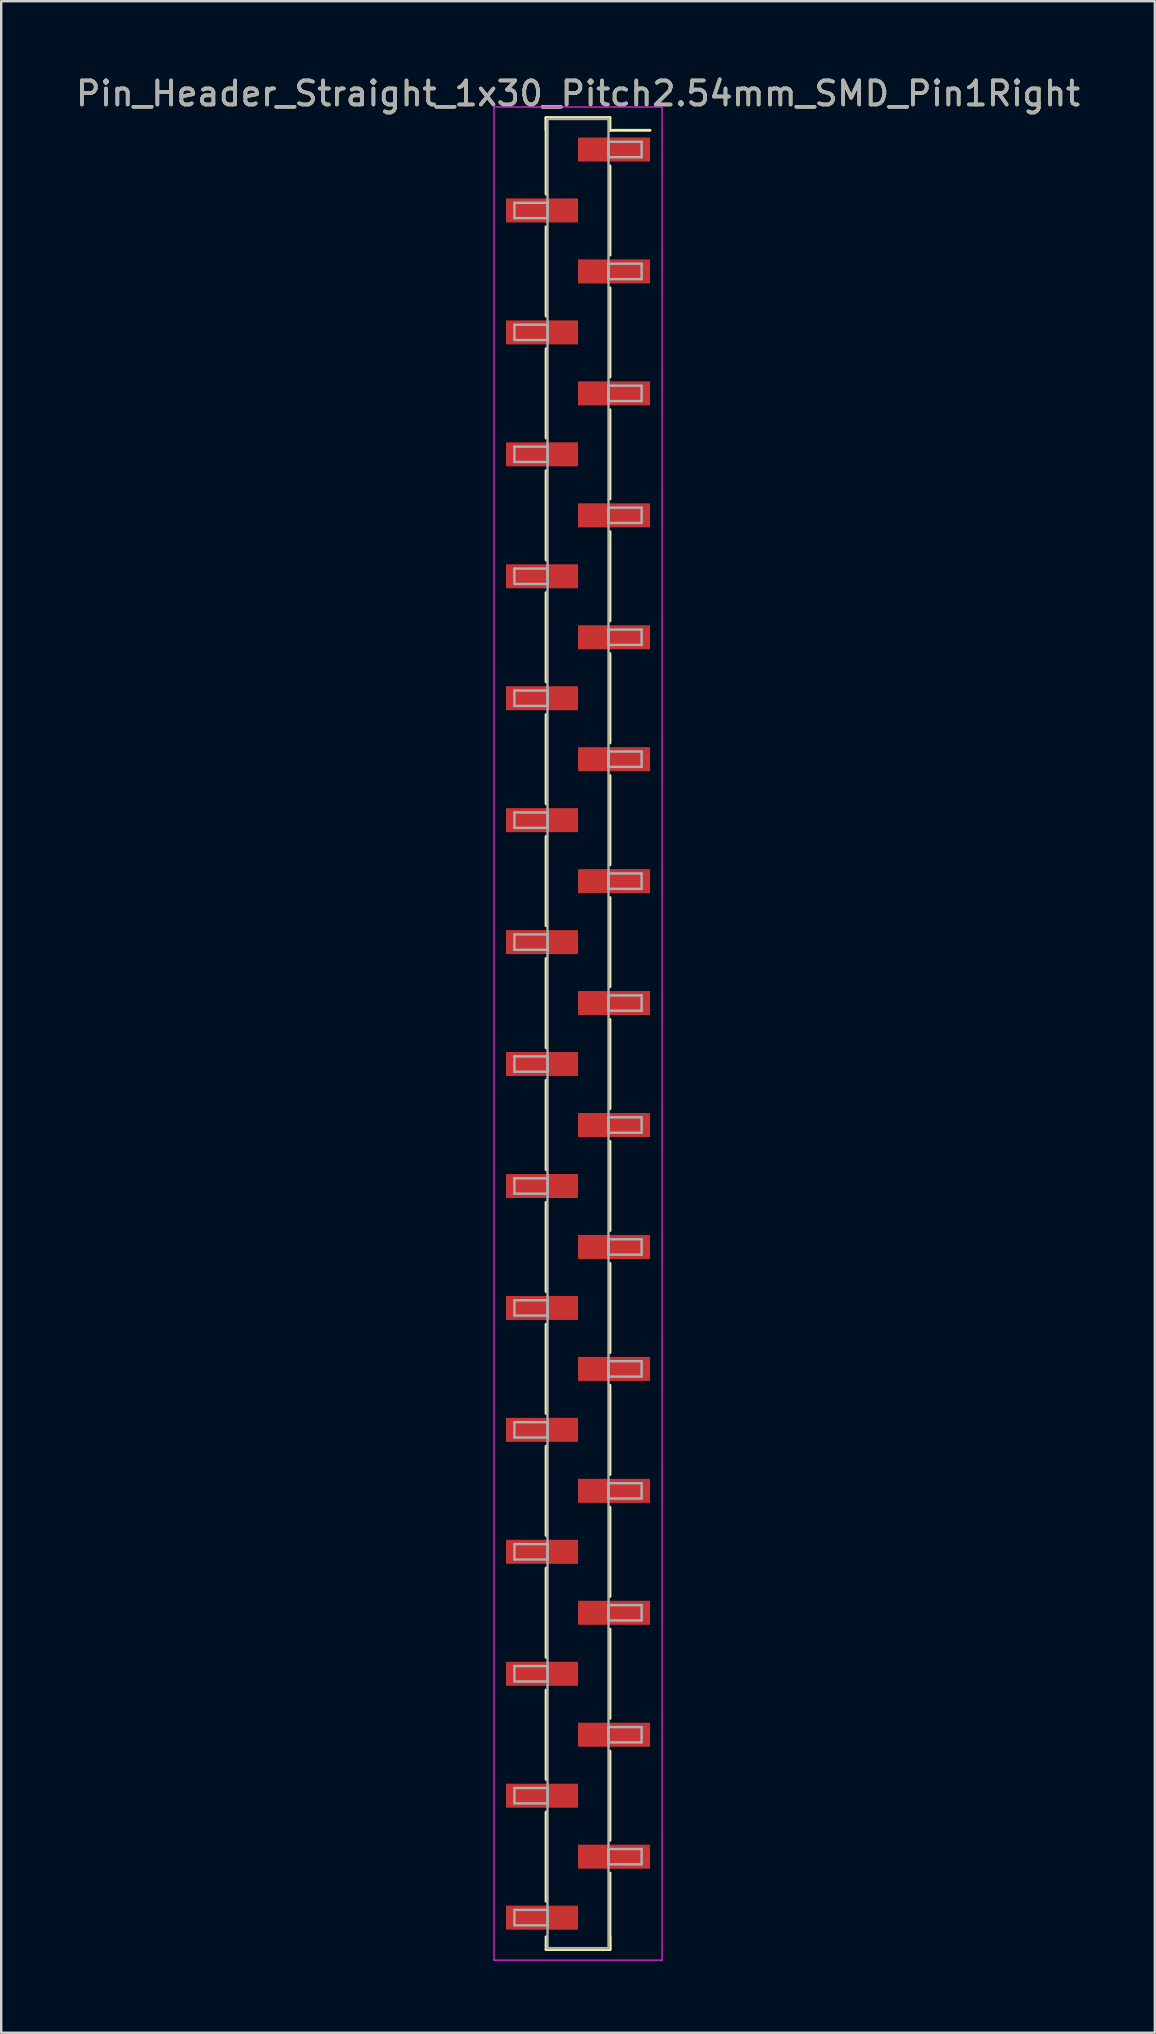
<source format=kicad_pcb>
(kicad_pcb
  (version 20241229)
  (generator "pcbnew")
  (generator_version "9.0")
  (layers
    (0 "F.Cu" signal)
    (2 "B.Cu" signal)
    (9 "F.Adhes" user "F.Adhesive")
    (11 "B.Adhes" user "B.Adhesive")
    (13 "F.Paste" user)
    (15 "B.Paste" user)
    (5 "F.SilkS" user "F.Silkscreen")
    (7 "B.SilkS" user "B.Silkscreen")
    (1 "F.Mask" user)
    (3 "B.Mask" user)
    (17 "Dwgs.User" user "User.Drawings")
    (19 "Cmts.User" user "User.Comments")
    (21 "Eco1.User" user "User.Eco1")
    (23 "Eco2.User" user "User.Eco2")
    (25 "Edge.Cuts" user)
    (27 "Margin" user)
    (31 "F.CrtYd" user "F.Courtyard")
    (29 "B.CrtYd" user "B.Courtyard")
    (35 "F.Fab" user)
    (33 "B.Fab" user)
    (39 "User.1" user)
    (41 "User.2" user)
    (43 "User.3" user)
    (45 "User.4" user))
  (footprint "Pin_Header_Straight_1x30_Pitch2.54mm_SMD_Pin1Right"
    (layer "F.Cu")
    (at 21.03 40.008)
    (property "Reference" "Pin_Header_Straight_1x30_Pitch2.54mm_SMD_Pin1Right" (at 0 -39.16 0) (layer "F.SilkS") (effects (font (size 1 1) (thickness 0.15))))
    (attr smd)
    (fp_line (start -1.33 -38.16) (end -1.33 -34.97) (stroke (width 0.12) (type solid)) (layer "F.SilkS"))
    (fp_line (start -1.33 -38.16) (end 1.33 -38.16) (stroke (width 0.12) (type solid)) (layer "F.SilkS"))
    (fp_line (start -1.33 -37.63) (end -1.33 -38.16) (stroke (width 0.12) (type solid)) (layer "F.SilkS"))
    (fp_line (start -1.33 -33.61) (end -1.33 -29.89) (stroke (width 0.12) (type solid)) (layer "F.SilkS"))
    (fp_line (start -1.33 -28.53) (end -1.33 -24.81) (stroke (width 0.12) (type solid)) (layer "F.SilkS"))
    (fp_line (start -1.33 -23.45) (end -1.33 -19.73) (stroke (width 0.12) (type solid)) (layer "F.SilkS"))
    (fp_line (start -1.33 -18.37) (end -1.33 -14.65) (stroke (width 0.12) (type solid)) (layer "F.SilkS"))
    (fp_line (start -1.33 -13.29) (end -1.33 -9.57) (stroke (width 0.12) (type solid)) (layer "F.SilkS"))
    (fp_line (start -1.33 -8.21) (end -1.33 -4.49) (stroke (width 0.12) (type solid)) (layer "F.SilkS"))
    (fp_line (start -1.33 -3.13) (end -1.33 0.59) (stroke (width 0.12) (type solid)) (layer "F.SilkS"))
    (fp_line (start -1.33 1.95) (end -1.33 5.67) (stroke (width 0.12) (type solid)) (layer "F.SilkS"))
    (fp_line (start -1.33 7.03) (end -1.33 10.75) (stroke (width 0.12) (type solid)) (layer "F.SilkS"))
    (fp_line (start -1.33 12.11) (end -1.33 15.83) (stroke (width 0.12) (type solid)) (layer "F.SilkS"))
    (fp_line (start -1.33 17.19) (end -1.33 20.91) (stroke (width 0.12) (type solid)) (layer "F.SilkS"))
    (fp_line (start -1.33 22.27) (end -1.33 25.99) (stroke (width 0.12) (type solid)) (layer "F.SilkS"))
    (fp_line (start -1.33 27.35) (end -1.33 31.07) (stroke (width 0.12) (type solid)) (layer "F.SilkS"))
    (fp_line (start -1.33 32.43) (end -1.33 36.15) (stroke (width 0.12) (type solid)) (layer "F.SilkS"))
    (fp_line (start -1.33 37.63) (end -1.33 38.16) (stroke (width 0.12) (type solid)) (layer "F.SilkS"))
    (fp_line (start -1.33 38.16) (end 1.33 38.16) (stroke (width 0.12) (type solid)) (layer "F.SilkS"))
    (fp_line (start 1.33 -38.16) (end 1.33 -37.63) (stroke (width 0.12) (type solid)) (layer "F.SilkS"))
    (fp_line (start 1.33 -37.63) (end 3 -37.63) (stroke (width 0.12) (type solid)) (layer "F.SilkS"))
    (fp_line (start 1.33 -36.15) (end 1.33 -32.43) (stroke (width 0.12) (type solid)) (layer "F.SilkS"))
    (fp_line (start 1.33 -31.07) (end 1.33 -27.35) (stroke (width 0.12) (type solid)) (layer "F.SilkS"))
    (fp_line (start 1.33 -25.99) (end 1.33 -22.27) (stroke (width 0.12) (type solid)) (layer "F.SilkS"))
    (fp_line (start 1.33 -20.91) (end 1.33 -17.19) (stroke (width 0.12) (type solid)) (layer "F.SilkS"))
    (fp_line (start 1.33 -15.83) (end 1.33 -12.11) (stroke (width 0.12) (type solid)) (layer "F.SilkS"))
    (fp_line (start 1.33 -10.75) (end 1.33 -7.03) (stroke (width 0.12) (type solid)) (layer "F.SilkS"))
    (fp_line (start 1.33 -5.67) (end 1.33 -1.95) (stroke (width 0.12) (type solid)) (layer "F.SilkS"))
    (fp_line (start 1.33 -0.59) (end 1.33 3.13) (stroke (width 0.12) (type solid)) (layer "F.SilkS"))
    (fp_line (start 1.33 4.49) (end 1.33 8.21) (stroke (width 0.12) (type solid)) (layer "F.SilkS"))
    (fp_line (start 1.33 9.57) (end 1.33 13.29) (stroke (width 0.12) (type solid)) (layer "F.SilkS"))
    (fp_line (start 1.33 14.65) (end 1.33 18.37) (stroke (width 0.12) (type solid)) (layer "F.SilkS"))
    (fp_line (start 1.33 19.73) (end 1.33 23.45) (stroke (width 0.12) (type solid)) (layer "F.SilkS"))
    (fp_line (start 1.33 24.81) (end 1.33 28.53) (stroke (width 0.12) (type solid)) (layer "F.SilkS"))
    (fp_line (start 1.33 29.89) (end 1.33 33.61) (stroke (width 0.12) (type solid)) (layer "F.SilkS"))
    (fp_line (start 1.33 34.97) (end 1.33 38.16) (stroke (width 0.12) (type solid)) (layer "F.SilkS"))
    (fp_line (start 1.33 38.16) (end 1.33 37.63) (stroke (width 0.12) (type solid)) (layer "F.SilkS"))
    (fp_line (start -3.5 -38.6) (end -3.5 38.6) (stroke (width 0.05) (type solid)) (layer "F.CrtYd"))
    (fp_line (start -3.5 38.6) (end 3.5 38.6) (stroke (width 0.05) (type solid)) (layer "F.CrtYd"))
    (fp_line (start 3.5 -38.6) (end -3.5 -38.6) (stroke (width 0.05) (type solid)) (layer "F.CrtYd"))
    (fp_line (start 3.5 38.6) (end 3.5 -38.6) (stroke (width 0.05) (type solid)) (layer "F.CrtYd"))
    (fp_line (start -2.65 -34.61) (end -1.27 -34.61) (stroke (width 0.1) (type solid)) (layer "F.Fab"))
    (fp_line (start -2.65 -33.97) (end -2.65 -34.61) (stroke (width 0.1) (type solid)) (layer "F.Fab"))
    (fp_line (start -2.65 -29.53) (end -1.27 -29.53) (stroke (width 0.1) (type solid)) (layer "F.Fab"))
    (fp_line (start -2.65 -28.89) (end -2.65 -29.53) (stroke (width 0.1) (type solid)) (layer "F.Fab"))
    (fp_line (start -2.65 -24.45) (end -1.27 -24.45) (stroke (width 0.1) (type solid)) (layer "F.Fab"))
    (fp_line (start -2.65 -23.81) (end -2.65 -24.45) (stroke (width 0.1) (type solid)) (layer "F.Fab"))
    (fp_line (start -2.65 -19.37) (end -1.27 -19.37) (stroke (width 0.1) (type solid)) (layer "F.Fab"))
    (fp_line (start -2.65 -18.73) (end -2.65 -19.37) (stroke (width 0.1) (type solid)) (layer "F.Fab"))
    (fp_line (start -2.65 -14.29) (end -1.27 -14.29) (stroke (width 0.1) (type solid)) (layer "F.Fab"))
    (fp_line (start -2.65 -13.65) (end -2.65 -14.29) (stroke (width 0.1) (type solid)) (layer "F.Fab"))
    (fp_line (start -2.65 -9.21) (end -1.27 -9.21) (stroke (width 0.1) (type solid)) (layer "F.Fab"))
    (fp_line (start -2.65 -8.57) (end -2.65 -9.21) (stroke (width 0.1) (type solid)) (layer "F.Fab"))
    (fp_line (start -2.65 -4.13) (end -1.27 -4.13) (stroke (width 0.1) (type solid)) (layer "F.Fab"))
    (fp_line (start -2.65 -3.49) (end -2.65 -4.13) (stroke (width 0.1) (type solid)) (layer "F.Fab"))
    (fp_line (start -2.65 0.95) (end -1.27 0.95) (stroke (width 0.1) (type solid)) (layer "F.Fab"))
    (fp_line (start -2.65 1.59) (end -2.65 0.95) (stroke (width 0.1) (type solid)) (layer "F.Fab"))
    (fp_line (start -2.65 6.03) (end -1.27 6.03) (stroke (width 0.1) (type solid)) (layer "F.Fab"))
    (fp_line (start -2.65 6.67) (end -2.65 6.03) (stroke (width 0.1) (type solid)) (layer "F.Fab"))
    (fp_line (start -2.65 11.11) (end -1.27 11.11) (stroke (width 0.1) (type solid)) (layer "F.Fab"))
    (fp_line (start -2.65 11.75) (end -2.65 11.11) (stroke (width 0.1) (type solid)) (layer "F.Fab"))
    (fp_line (start -2.65 16.19) (end -1.27 16.19) (stroke (width 0.1) (type solid)) (layer "F.Fab"))
    (fp_line (start -2.65 16.83) (end -2.65 16.19) (stroke (width 0.1) (type solid)) (layer "F.Fab"))
    (fp_line (start -2.65 21.27) (end -1.27 21.27) (stroke (width 0.1) (type solid)) (layer "F.Fab"))
    (fp_line (start -2.65 21.91) (end -2.65 21.27) (stroke (width 0.1) (type solid)) (layer "F.Fab"))
    (fp_line (start -2.65 26.35) (end -1.27 26.35) (stroke (width 0.1) (type solid)) (layer "F.Fab"))
    (fp_line (start -2.65 26.99) (end -2.65 26.35) (stroke (width 0.1) (type solid)) (layer "F.Fab"))
    (fp_line (start -2.65 31.43) (end -1.27 31.43) (stroke (width 0.1) (type solid)) (layer "F.Fab"))
    (fp_line (start -2.65 32.07) (end -2.65 31.43) (stroke (width 0.1) (type solid)) (layer "F.Fab"))
    (fp_line (start -2.65 36.51) (end -1.27 36.51) (stroke (width 0.1) (type solid)) (layer "F.Fab"))
    (fp_line (start -2.65 37.15) (end -2.65 36.51) (stroke (width 0.1) (type solid)) (layer "F.Fab"))
    (fp_line (start -1.27 -38.1) (end -1.27 38.1) (stroke (width 0.1) (type solid)) (layer "F.Fab"))
    (fp_line (start -1.27 -34.61) (end -1.27 -33.97) (stroke (width 0.1) (type solid)) (layer "F.Fab"))
    (fp_line (start -1.27 -33.97) (end -2.65 -33.97) (stroke (width 0.1) (type solid)) (layer "F.Fab"))
    (fp_line (start -1.27 -29.53) (end -1.27 -28.89) (stroke (width 0.1) (type solid)) (layer "F.Fab"))
    (fp_line (start -1.27 -28.89) (end -2.65 -28.89) (stroke (width 0.1) (type solid)) (layer "F.Fab"))
    (fp_line (start -1.27 -24.45) (end -1.27 -23.81) (stroke (width 0.1) (type solid)) (layer "F.Fab"))
    (fp_line (start -1.27 -23.81) (end -2.65 -23.81) (stroke (width 0.1) (type solid)) (layer "F.Fab"))
    (fp_line (start -1.27 -19.37) (end -1.27 -18.73) (stroke (width 0.1) (type solid)) (layer "F.Fab"))
    (fp_line (start -1.27 -18.73) (end -2.65 -18.73) (stroke (width 0.1) (type solid)) (layer "F.Fab"))
    (fp_line (start -1.27 -14.29) (end -1.27 -13.65) (stroke (width 0.1) (type solid)) (layer "F.Fab"))
    (fp_line (start -1.27 -13.65) (end -2.65 -13.65) (stroke (width 0.1) (type solid)) (layer "F.Fab"))
    (fp_line (start -1.27 -9.21) (end -1.27 -8.57) (stroke (width 0.1) (type solid)) (layer "F.Fab"))
    (fp_line (start -1.27 -8.57) (end -2.65 -8.57) (stroke (width 0.1) (type solid)) (layer "F.Fab"))
    (fp_line (start -1.27 -4.13) (end -1.27 -3.49) (stroke (width 0.1) (type solid)) (layer "F.Fab"))
    (fp_line (start -1.27 -3.49) (end -2.65 -3.49) (stroke (width 0.1) (type solid)) (layer "F.Fab"))
    (fp_line (start -1.27 0.95) (end -1.27 1.59) (stroke (width 0.1) (type solid)) (layer "F.Fab"))
    (fp_line (start -1.27 1.59) (end -2.65 1.59) (stroke (width 0.1) (type solid)) (layer "F.Fab"))
    (fp_line (start -1.27 6.03) (end -1.27 6.67) (stroke (width 0.1) (type solid)) (layer "F.Fab"))
    (fp_line (start -1.27 6.67) (end -2.65 6.67) (stroke (width 0.1) (type solid)) (layer "F.Fab"))
    (fp_line (start -1.27 11.11) (end -1.27 11.75) (stroke (width 0.1) (type solid)) (layer "F.Fab"))
    (fp_line (start -1.27 11.75) (end -2.65 11.75) (stroke (width 0.1) (type solid)) (layer "F.Fab"))
    (fp_line (start -1.27 16.19) (end -1.27 16.83) (stroke (width 0.1) (type solid)) (layer "F.Fab"))
    (fp_line (start -1.27 16.83) (end -2.65 16.83) (stroke (width 0.1) (type solid)) (layer "F.Fab"))
    (fp_line (start -1.27 21.27) (end -1.27 21.91) (stroke (width 0.1) (type solid)) (layer "F.Fab"))
    (fp_line (start -1.27 21.91) (end -2.65 21.91) (stroke (width 0.1) (type solid)) (layer "F.Fab"))
    (fp_line (start -1.27 26.35) (end -1.27 26.99) (stroke (width 0.1) (type solid)) (layer "F.Fab"))
    (fp_line (start -1.27 26.99) (end -2.65 26.99) (stroke (width 0.1) (type solid)) (layer "F.Fab"))
    (fp_line (start -1.27 31.43) (end -1.27 32.07) (stroke (width 0.1) (type solid)) (layer "F.Fab"))
    (fp_line (start -1.27 32.07) (end -2.65 32.07) (stroke (width 0.1) (type solid)) (layer "F.Fab"))
    (fp_line (start -1.27 36.51) (end -1.27 37.15) (stroke (width 0.1) (type solid)) (layer "F.Fab"))
    (fp_line (start -1.27 37.15) (end -2.65 37.15) (stroke (width 0.1) (type solid)) (layer "F.Fab"))
    (fp_line (start -1.27 38.1) (end 1.27 38.1) (stroke (width 0.1) (type solid)) (layer "F.Fab"))
    (fp_line (start 1.27 -38.1) (end -1.27 -38.1) (stroke (width 0.1) (type solid)) (layer "F.Fab"))
    (fp_line (start 1.27 -37.15) (end 1.27 -36.51) (stroke (width 0.1) (type solid)) (layer "F.Fab"))
    (fp_line (start 1.27 -36.51) (end 2.65 -36.51) (stroke (width 0.1) (type solid)) (layer "F.Fab"))
    (fp_line (start 1.27 -32.07) (end 1.27 -31.43) (stroke (width 0.1) (type solid)) (layer "F.Fab"))
    (fp_line (start 1.27 -31.43) (end 2.65 -31.43) (stroke (width 0.1) (type solid)) (layer "F.Fab"))
    (fp_line (start 1.27 -26.99) (end 1.27 -26.35) (stroke (width 0.1) (type solid)) (layer "F.Fab"))
    (fp_line (start 1.27 -26.35) (end 2.65 -26.35) (stroke (width 0.1) (type solid)) (layer "F.Fab"))
    (fp_line (start 1.27 -21.91) (end 1.27 -21.27) (stroke (width 0.1) (type solid)) (layer "F.Fab"))
    (fp_line (start 1.27 -21.27) (end 2.65 -21.27) (stroke (width 0.1) (type solid)) (layer "F.Fab"))
    (fp_line (start 1.27 -16.83) (end 1.27 -16.19) (stroke (width 0.1) (type solid)) (layer "F.Fab"))
    (fp_line (start 1.27 -16.19) (end 2.65 -16.19) (stroke (width 0.1) (type solid)) (layer "F.Fab"))
    (fp_line (start 1.27 -11.75) (end 1.27 -11.11) (stroke (width 0.1) (type solid)) (layer "F.Fab"))
    (fp_line (start 1.27 -11.11) (end 2.65 -11.11) (stroke (width 0.1) (type solid)) (layer "F.Fab"))
    (fp_line (start 1.27 -6.67) (end 1.27 -6.03) (stroke (width 0.1) (type solid)) (layer "F.Fab"))
    (fp_line (start 1.27 -6.03) (end 2.65 -6.03) (stroke (width 0.1) (type solid)) (layer "F.Fab"))
    (fp_line (start 1.27 -1.59) (end 1.27 -0.95) (stroke (width 0.1) (type solid)) (layer "F.Fab"))
    (fp_line (start 1.27 -0.95) (end 2.65 -0.95) (stroke (width 0.1) (type solid)) (layer "F.Fab"))
    (fp_line (start 1.27 3.49) (end 1.27 4.13) (stroke (width 0.1) (type solid)) (layer "F.Fab"))
    (fp_line (start 1.27 4.13) (end 2.65 4.13) (stroke (width 0.1) (type solid)) (layer "F.Fab"))
    (fp_line (start 1.27 8.57) (end 1.27 9.21) (stroke (width 0.1) (type solid)) (layer "F.Fab"))
    (fp_line (start 1.27 9.21) (end 2.65 9.21) (stroke (width 0.1) (type solid)) (layer "F.Fab"))
    (fp_line (start 1.27 13.65) (end 1.27 14.29) (stroke (width 0.1) (type solid)) (layer "F.Fab"))
    (fp_line (start 1.27 14.29) (end 2.65 14.29) (stroke (width 0.1) (type solid)) (layer "F.Fab"))
    (fp_line (start 1.27 18.73) (end 1.27 19.37) (stroke (width 0.1) (type solid)) (layer "F.Fab"))
    (fp_line (start 1.27 19.37) (end 2.65 19.37) (stroke (width 0.1) (type solid)) (layer "F.Fab"))
    (fp_line (start 1.27 23.81) (end 1.27 24.45) (stroke (width 0.1) (type solid)) (layer "F.Fab"))
    (fp_line (start 1.27 24.45) (end 2.65 24.45) (stroke (width 0.1) (type solid)) (layer "F.Fab"))
    (fp_line (start 1.27 28.89) (end 1.27 29.53) (stroke (width 0.1) (type solid)) (layer "F.Fab"))
    (fp_line (start 1.27 29.53) (end 2.65 29.53) (stroke (width 0.1) (type solid)) (layer "F.Fab"))
    (fp_line (start 1.27 33.97) (end 1.27 34.61) (stroke (width 0.1) (type solid)) (layer "F.Fab"))
    (fp_line (start 1.27 34.61) (end 2.65 34.61) (stroke (width 0.1) (type solid)) (layer "F.Fab"))
    (fp_line (start 1.27 38.1) (end 1.27 -38.1) (stroke (width 0.1) (type solid)) (layer "F.Fab"))
    (fp_line (start 2.65 -37.15) (end 1.27 -37.15) (stroke (width 0.1) (type solid)) (layer "F.Fab"))
    (fp_line (start 2.65 -36.51) (end 2.65 -37.15) (stroke (width 0.1) (type solid)) (layer "F.Fab"))
    (fp_line (start 2.65 -32.07) (end 1.27 -32.07) (stroke (width 0.1) (type solid)) (layer "F.Fab"))
    (fp_line (start 2.65 -31.43) (end 2.65 -32.07) (stroke (width 0.1) (type solid)) (layer "F.Fab"))
    (fp_line (start 2.65 -26.99) (end 1.27 -26.99) (stroke (width 0.1) (type solid)) (layer "F.Fab"))
    (fp_line (start 2.65 -26.35) (end 2.65 -26.99) (stroke (width 0.1) (type solid)) (layer "F.Fab"))
    (fp_line (start 2.65 -21.91) (end 1.27 -21.91) (stroke (width 0.1) (type solid)) (layer "F.Fab"))
    (fp_line (start 2.65 -21.27) (end 2.65 -21.91) (stroke (width 0.1) (type solid)) (layer "F.Fab"))
    (fp_line (start 2.65 -16.83) (end 1.27 -16.83) (stroke (width 0.1) (type solid)) (layer "F.Fab"))
    (fp_line (start 2.65 -16.19) (end 2.65 -16.83) (stroke (width 0.1) (type solid)) (layer "F.Fab"))
    (fp_line (start 2.65 -11.75) (end 1.27 -11.75) (stroke (width 0.1) (type solid)) (layer "F.Fab"))
    (fp_line (start 2.65 -11.11) (end 2.65 -11.75) (stroke (width 0.1) (type solid)) (layer "F.Fab"))
    (fp_line (start 2.65 -6.67) (end 1.27 -6.67) (stroke (width 0.1) (type solid)) (layer "F.Fab"))
    (fp_line (start 2.65 -6.03) (end 2.65 -6.67) (stroke (width 0.1) (type solid)) (layer "F.Fab"))
    (fp_line (start 2.65 -1.59) (end 1.27 -1.59) (stroke (width 0.1) (type solid)) (layer "F.Fab"))
    (fp_line (start 2.65 -0.95) (end 2.65 -1.59) (stroke (width 0.1) (type solid)) (layer "F.Fab"))
    (fp_line (start 2.65 3.49) (end 1.27 3.49) (stroke (width 0.1) (type solid)) (layer "F.Fab"))
    (fp_line (start 2.65 4.13) (end 2.65 3.49) (stroke (width 0.1) (type solid)) (layer "F.Fab"))
    (fp_line (start 2.65 8.57) (end 1.27 8.57) (stroke (width 0.1) (type solid)) (layer "F.Fab"))
    (fp_line (start 2.65 9.21) (end 2.65 8.57) (stroke (width 0.1) (type solid)) (layer "F.Fab"))
    (fp_line (start 2.65 13.65) (end 1.27 13.65) (stroke (width 0.1) (type solid)) (layer "F.Fab"))
    (fp_line (start 2.65 14.29) (end 2.65 13.65) (stroke (width 0.1) (type solid)) (layer "F.Fab"))
    (fp_line (start 2.65 18.73) (end 1.27 18.73) (stroke (width 0.1) (type solid)) (layer "F.Fab"))
    (fp_line (start 2.65 19.37) (end 2.65 18.73) (stroke (width 0.1) (type solid)) (layer "F.Fab"))
    (fp_line (start 2.65 23.81) (end 1.27 23.81) (stroke (width 0.1) (type solid)) (layer "F.Fab"))
    (fp_line (start 2.65 24.45) (end 2.65 23.81) (stroke (width 0.1) (type solid)) (layer "F.Fab"))
    (fp_line (start 2.65 28.89) (end 1.27 28.89) (stroke (width 0.1) (type solid)) (layer "F.Fab"))
    (fp_line (start 2.65 29.53) (end 2.65 28.89) (stroke (width 0.1) (type solid)) (layer "F.Fab"))
    (fp_line (start 2.65 33.97) (end 1.27 33.97) (stroke (width 0.1) (type solid)) (layer "F.Fab"))
    (fp_line (start 2.65 34.61) (end 2.65 33.97) (stroke (width 0.1) (type solid)) (layer "F.Fab"))
    (fp_text user "${REFERENCE}" (at 0 -39.16 0) (layer "F.Fab") (effects (font (size 1 1) (thickness 0.15))))
    (pad "1" smd rect (at 1.5 -36.83) (size 3 1) (layers "F.Cu" "F.Mask" "F.Paste"))
    (pad "2" smd rect (at -1.5 -34.29) (size 3 1) (layers "F.Cu" "F.Mask" "F.Paste"))
    (pad "3" smd rect (at 1.5 -31.75) (size 3 1) (layers "F.Cu" "F.Mask" "F.Paste"))
    (pad "4" smd rect (at -1.5 -29.21) (size 3 1) (layers "F.Cu" "F.Mask" "F.Paste"))
    (pad "5" smd rect (at 1.5 -26.67) (size 3 1) (layers "F.Cu" "F.Mask" "F.Paste"))
    (pad "6" smd rect (at -1.5 -24.13) (size 3 1) (layers "F.Cu" "F.Mask" "F.Paste"))
    (pad "7" smd rect (at 1.5 -21.59) (size 3 1) (layers "F.Cu" "F.Mask" "F.Paste"))
    (pad "8" smd rect (at -1.5 -19.05) (size 3 1) (layers "F.Cu" "F.Mask" "F.Paste"))
    (pad "9" smd rect (at 1.5 -16.51) (size 3 1) (layers "F.Cu" "F.Mask" "F.Paste"))
    (pad "10" smd rect (at -1.5 -13.97) (size 3 1) (layers "F.Cu" "F.Mask" "F.Paste"))
    (pad "11" smd rect (at 1.5 -11.43) (size 3 1) (layers "F.Cu" "F.Mask" "F.Paste"))
    (pad "12" smd rect (at -1.5 -8.89) (size 3 1) (layers "F.Cu" "F.Mask" "F.Paste"))
    (pad "13" smd rect (at 1.5 -6.35) (size 3 1) (layers "F.Cu" "F.Mask" "F.Paste"))
    (pad "14" smd rect (at -1.5 -3.81) (size 3 1) (layers "F.Cu" "F.Mask" "F.Paste"))
    (pad "15" smd rect (at 1.5 -1.27) (size 3 1) (layers "F.Cu" "F.Mask" "F.Paste"))
    (pad "16" smd rect (at -1.5 1.27) (size 3 1) (layers "F.Cu" "F.Mask" "F.Paste"))
    (pad "17" smd rect (at 1.5 3.81) (size 3 1) (layers "F.Cu" "F.Mask" "F.Paste"))
    (pad "18" smd rect (at -1.5 6.35) (size 3 1) (layers "F.Cu" "F.Mask" "F.Paste"))
    (pad "19" smd rect (at 1.5 8.89) (size 3 1) (layers "F.Cu" "F.Mask" "F.Paste"))
    (pad "20" smd rect (at -1.5 11.43) (size 3 1) (layers "F.Cu" "F.Mask" "F.Paste"))
    (pad "21" smd rect (at 1.5 13.97) (size 3 1) (layers "F.Cu" "F.Mask" "F.Paste"))
    (pad "22" smd rect (at -1.5 16.51) (size 3 1) (layers "F.Cu" "F.Mask" "F.Paste"))
    (pad "23" smd rect (at 1.5 19.05) (size 3 1) (layers "F.Cu" "F.Mask" "F.Paste"))
    (pad "24" smd rect (at -1.5 21.59) (size 3 1) (layers "F.Cu" "F.Mask" "F.Paste"))
    (pad "25" smd rect (at 1.5 24.13) (size 3 1) (layers "F.Cu" "F.Mask" "F.Paste"))
    (pad "26" smd rect (at -1.5 26.67) (size 3 1) (layers "F.Cu" "F.Mask" "F.Paste"))
    (pad "27" smd rect (at 1.5 29.21) (size 3 1) (layers "F.Cu" "F.Mask" "F.Paste"))
    (pad "28" smd rect (at -1.5 31.75) (size 3 1) (layers "F.Cu" "F.Mask" "F.Paste"))
    (pad "29" smd rect (at 1.5 34.29) (size 3 1) (layers "F.Cu" "F.Mask" "F.Paste"))
    (pad "30" smd rect (at -1.5 36.83) (size 3 1) (layers "F.Cu" "F.Mask" "F.Paste")))
  (gr_rect
    (start -3 -3)
    (end 45.06 81.633)
    (stroke (width 0.1) (type default))
    (fill no)
    (layer "Edge.Cuts")))
</source>
